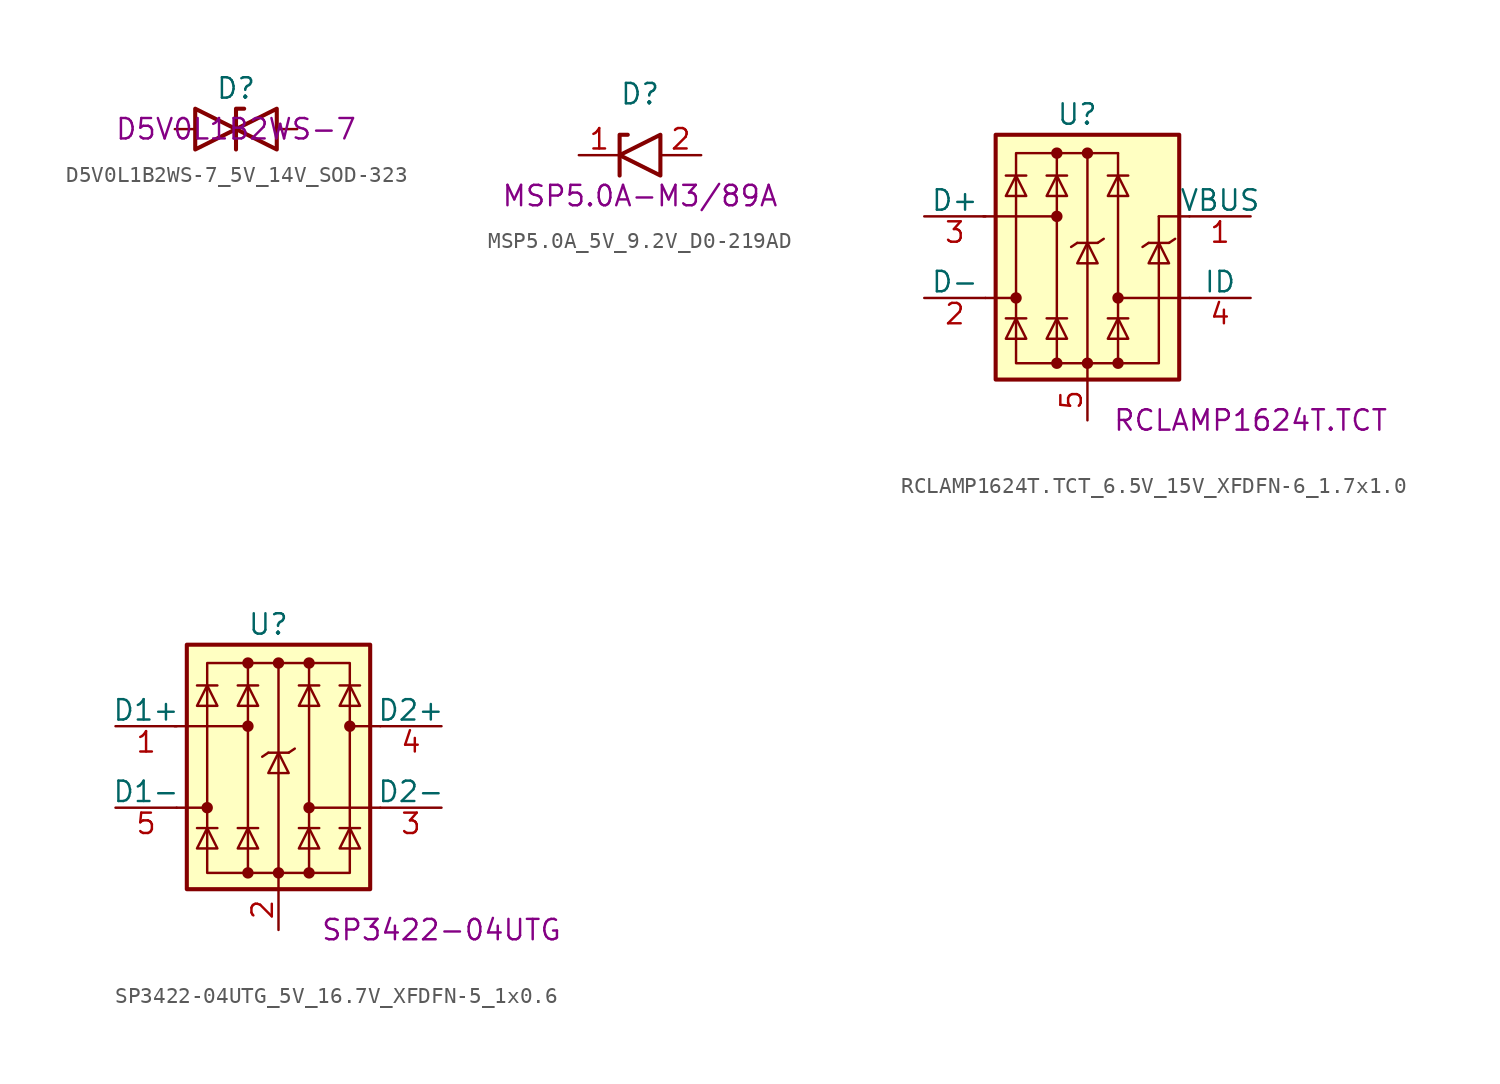
<source format=kicad_sym>
(kicad_symbol_lib
  (version 20211014)
  (generator kicad_symbol_editor)
  (symbol "D5V0L1B2WS-7_5V_14V_SOD-323"
    (pin_numbers hide)
    (pin_names
      (offset 1.016) hide)
    (property "Reference" "D"
      (at 0 2.54 0)
      (effects (font (size 1.27 1.27))))
    (property "Manufacturer Part Number" "D5V0L1B2WS-7"
      (at 0 0 0)
      (effects (font (size 1.27 1.27))))
    (symbol "D5V0L1B2WS-7_5V_14V_SOD-323_0_1"
      (polyline (pts (xy 0.508 1.27) (xy 0 1.27) (xy 0 -1.27) (xy 0 -1.27)) (stroke (width 0.254) (type default) (color 0 0 0 0)) (fill (type none)))
      (polyline (pts (xy -2.54 1.27) (xy -2.54 -1.27) (xy 2.54 1.27) (xy 2.54 -1.27) (xy -2.54 1.27)) (stroke (width 0.254) (type default) (color 0 0 0 0)) (fill (type none))))
    (symbol "D5V0L1B2WS-7_5V_14V_SOD-323_1_1"
      (pin passive line (at -3.81 0 0) (length 1.27) (name "A1" (effects (font (size 1.27 1.27)))) (number "1" (effects (font (size 1.27 1.27)))))
      (pin passive line (at 3.81 0 180) (length 1.27) (name "A2" (effects (font (size 1.27 1.27)))) (number "2" (effects (font (size 1.27 1.27)))))))
  (symbol "MSP5.0A_5V_9.2V_D0-219AD"
    (pin_names
      (offset 1.016) hide)
    (property "Reference" "D"
      (at 0 3.81 0)
      (effects (font (size 1.27 1.27))))
    (property "Manufacturer Part Number" "MSP5.0A-M3/89A"
      (at 0 -2.54 0)
      (effects (font (size 1.27 1.27))))
    (symbol "MSP5.0A_5V_9.2V_D0-219AD_1_1"
      (polyline (pts (xy -0.762 1.27) (xy -1.27 1.27) (xy -1.27 -1.27)) (stroke (width 0.254) (type default) (color 0 0 0 0)) (fill (type none)))
      (polyline (pts (xy 1.27 1.27) (xy 1.27 -1.27) (xy -1.27 0) (xy 1.27 1.27)) (stroke (width 0.254) (type default) (color 0 0 0 0)) (fill (type none)))
      (pin passive line (at -3.81 0 0) (length 2.54) (name "A1" (effects (font (size 1.27 1.27)))) (number "1" (effects (font (size 1.27 1.27)))))
      (pin passive line (at 3.81 0 180) (length 2.54) (name "A2" (effects (font (size 1.27 1.27)))) (number "2" (effects (font (size 1.27 1.27)))))))
  (symbol "RCLAMP1624T.TCT_6.5V_15V_XFDFN-6_1.7x1.0"
    (pin_names
      (offset 0))
    (property "Reference" "U"
      (at -0.635 8.89 0)
      (effects (font (size 1.27 1.27))))
    (property "Manufacturer Part Number" "RCLAMP1624T.TCT"
      (at 10.16 -10.16 0)
      (effects (font (size 1.27 1.27))))
    (symbol "RCLAMP1624T.TCT_6.5V_15V_XFDFN-6_1.7x1.0_0_0"
      (polyline (pts (xy -1.905 -6.604) (xy -1.905 6.477)) (stroke (width 0) (type default) (color 0 0 0 0)) (fill (type none)))
      (polyline (pts (xy 0 6.477) (xy 0 -6.604)) (stroke (width 0) (type default) (color 0 0 0 0)) (fill (type none)))
      (polyline (pts (xy 1.905 6.477) (xy 1.905 -6.604)) (stroke (width 0) (type default) (color 0 0 0 0)) (fill (type none))))
    (symbol "RCLAMP1624T.TCT_6.5V_15V_XFDFN-6_1.7x1.0_0_1"
      (rectangle (start -5.715 7.62) (end 5.715 -7.62) (stroke (width 0.254) (type default) (color 0 0 0 0)) (fill (type background)))
      (circle (center -4.445 -2.54) (radius 0.279) (stroke (width 0) (type default) (color 0 0 0 0)) (fill (type outline)))
      (circle (center -1.905 -6.604) (radius 0.279) (stroke (width 0) (type default) (color 0 0 0 0)) (fill (type outline)))
      (circle (center -1.905 2.54) (radius 0.279) (stroke (width 0) (type default) (color 0 0 0 0)) (fill (type outline)))
      (circle (center -1.905 6.477) (radius 0.279) (stroke (width 0) (type default) (color 0 0 0 0)) (fill (type outline)))
      (circle (center 0 -6.604) (radius 0.279) (stroke (width 0) (type default) (color 0 0 0 0)) (fill (type outline)))
      (polyline (pts (xy -6.477 2.54) (xy -1.905 2.54)) (stroke (width 0) (type default) (color 0 0 0 0)) (fill (type none)))
      (polyline (pts (xy -6.35 -2.54) (xy -4.445 -2.54)) (stroke (width 0) (type default) (color 0 0 0 0)) (fill (type none)))
      (polyline (pts (xy -3.81 -3.81) (xy -5.08 -3.81)) (stroke (width 0) (type default) (color 0 0 0 0)) (fill (type none)))
      (polyline (pts (xy -3.81 5.08) (xy -5.08 5.08)) (stroke (width 0) (type default) (color 0 0 0 0)) (fill (type none)))
      (polyline (pts (xy -1.27 -3.81) (xy -2.54 -3.81)) (stroke (width 0) (type default) (color 0 0 0 0)) (fill (type none)))
      (polyline (pts (xy -1.27 5.08) (xy -2.54 5.08)) (stroke (width 0) (type default) (color 0 0 0 0)) (fill (type none)))
      (polyline (pts (xy -0.635 0.889) (xy -1.016 0.635)) (stroke (width 0) (type default) (color 0 0 0 0)) (fill (type none)))
      (polyline (pts (xy 0 -6.604) (xy 0 -7.62)) (stroke (width 0) (type default) (color 0 0 0 0)) (fill (type none)))
      (polyline (pts (xy 0.635 0.889) (xy -0.635 0.889)) (stroke (width 0) (type default) (color 0 0 0 0)) (fill (type none)))
      (polyline (pts (xy 0.635 0.889) (xy 1.016 1.143)) (stroke (width 0) (type default) (color 0 0 0 0)) (fill (type none)))
      (polyline (pts (xy 2.54 -3.81) (xy 1.27 -3.81)) (stroke (width 0) (type default) (color 0 0 0 0)) (fill (type none)))
      (polyline (pts (xy 2.54 5.08) (xy 1.27 5.08)) (stroke (width 0) (type default) (color 0 0 0 0)) (fill (type none)))
      (polyline (pts (xy 3.81 0.889) (xy 3.429 0.635)) (stroke (width 0) (type default) (color 0 0 0 0)) (fill (type none)))
      (polyline (pts (xy 5.08 0.889) (xy 3.81 0.889)) (stroke (width 0) (type default) (color 0 0 0 0)) (fill (type none)))
      (polyline (pts (xy 5.08 0.889) (xy 5.461 1.143)) (stroke (width 0) (type default) (color 0 0 0 0)) (fill (type none)))
      (polyline (pts (xy 6.35 -2.54) (xy 1.905 -2.54)) (stroke (width 0) (type default) (color 0 0 0 0)) (fill (type none)))
      (polyline (pts (xy 6.35 2.54) (xy 4.445 2.54)) (stroke (width 0) (type default) (color 0 0 0 0)) (fill (type none)))
      (polyline (pts (xy -3.81 -5.08) (xy -5.08 -5.08) (xy -4.445 -3.81) (xy -3.81 -5.08)) (stroke (width 0) (type default) (color 0 0 0 0)) (fill (type none)))
      (polyline (pts (xy -3.81 3.81) (xy -5.08 3.81) (xy -4.445 5.08) (xy -3.81 3.81)) (stroke (width 0) (type default) (color 0 0 0 0)) (fill (type none)))
      (polyline (pts (xy -1.27 -5.08) (xy -2.54 -5.08) (xy -1.905 -3.81) (xy -1.27 -5.08)) (stroke (width 0) (type default) (color 0 0 0 0)) (fill (type none)))
      (polyline (pts (xy -1.27 3.81) (xy -2.54 3.81) (xy -1.905 5.08) (xy -1.27 3.81)) (stroke (width 0) (type default) (color 0 0 0 0)) (fill (type none)))
      (polyline (pts (xy 0.635 -0.381) (xy -0.635 -0.381) (xy 0 0.889) (xy 0.635 -0.381)) (stroke (width 0) (type default) (color 0 0 0 0)) (fill (type none)))
      (polyline (pts (xy 2.54 -5.08) (xy 1.27 -5.08) (xy 1.905 -3.81) (xy 2.54 -5.08)) (stroke (width 0) (type default) (color 0 0 0 0)) (fill (type none)))
      (polyline (pts (xy 2.54 3.81) (xy 1.27 3.81) (xy 1.905 5.08) (xy 2.54 3.81)) (stroke (width 0) (type default) (color 0 0 0 0)) (fill (type none)))
      (polyline (pts (xy 5.08 -0.381) (xy 3.81 -0.381) (xy 4.445 0.889) (xy 5.08 -0.381)) (stroke (width 0) (type default) (color 0 0 0 0)) (fill (type none)))
      (polyline (pts (xy 1.905 6.477) (xy -4.445 6.477) (xy -4.445 -6.604) (xy 4.445 -6.604) (xy 4.445 2.54)) (stroke (width 0.152) (type default) (color 0 0 0 0)) (fill (type none)))
      (circle (center 0 6.477) (radius 0.279) (stroke (width 0) (type default) (color 0 0 0 0)) (fill (type outline)))
      (circle (center 1.905 -6.604) (radius 0.279) (stroke (width 0) (type default) (color 0 0 0 0)) (fill (type outline)))
      (circle (center 1.905 -2.54) (radius 0.279) (stroke (width 0) (type default) (color 0 0 0 0)) (fill (type outline))))
    (symbol "RCLAMP1624T.TCT_6.5V_15V_XFDFN-6_1.7x1.0_1_1"
      (pin passive line (at 10.16 2.54 180) (length 3.81) (name "VBUS" (effects (font (size 1.27 1.27)))) (number "1" (effects (font (size 1.27 1.27)))))
      (pin passive line (at -10.16 -2.54 0) (length 3.81) (name "D-" (effects (font (size 1.27 1.27)))) (number "2" (effects (font (size 1.27 1.27)))))
      (pin passive line (at -10.16 2.54 0) (length 3.81) (name "D+" (effects (font (size 1.27 1.27)))) (number "3" (effects (font (size 1.27 1.27)))))
      (pin passive line (at 10.16 -2.54 180) (length 3.81) (name "ID" (effects (font (size 1.27 1.27)))) (number "4" (effects (font (size 1.27 1.27)))))
      (pin power_in line (at 0 -10.16 90) (length 2.54) (name "~" (effects (font (size 1.27 1.27)))) (number "5" (effects (font (size 1.27 1.27)))))
      (pin power_in line (at 0 -10.16 90) (length 2.54) hide (name "~" (effects (font (size 1.27 1.27)))) (number "6" (effects (font (size 1.27 1.27)))))))
  (symbol "SP3422-04UTG_5V_16.7V_XFDFN-5_1x0.6"
    (pin_names
      (offset 0))
    (property "Reference" "U"
      (at -0.635 8.89 0)
      (effects (font (size 1.27 1.27))))
    (property "Manufacturer Part Number" "SP3422-04UTG"
      (at 10.16 -10.16 0)
      (effects (font (size 1.27 1.27))))
    (symbol "SP3422-04UTG_5V_16.7V_XFDFN-5_1x0.6_0_0"
      (rectangle (start -4.445 6.477) (end 4.445 -6.604) (stroke (width 0) (type default) (color 0 0 0 0)) (fill (type none)))
      (polyline (pts (xy -1.905 -6.604) (xy -1.905 6.477)) (stroke (width 0) (type default) (color 0 0 0 0)) (fill (type none)))
      (polyline (pts (xy 0 6.477) (xy 0 -6.604)) (stroke (width 0) (type default) (color 0 0 0 0)) (fill (type none)))
      (polyline (pts (xy 1.905 6.477) (xy 1.905 -6.604)) (stroke (width 0) (type default) (color 0 0 0 0)) (fill (type none))))
    (symbol "SP3422-04UTG_5V_16.7V_XFDFN-5_1x0.6_0_1"
      (rectangle (start -5.715 7.62) (end 5.715 -7.62) (stroke (width 0.254) (type default) (color 0 0 0 0)) (fill (type background)))
      (circle (center -4.445 -2.54) (radius 0.279) (stroke (width 0) (type default) (color 0 0 0 0)) (fill (type outline)))
      (circle (center -1.905 -6.604) (radius 0.279) (stroke (width 0) (type default) (color 0 0 0 0)) (fill (type outline)))
      (circle (center -1.905 2.54) (radius 0.279) (stroke (width 0) (type default) (color 0 0 0 0)) (fill (type outline)))
      (circle (center -1.905 6.477) (radius 0.279) (stroke (width 0) (type default) (color 0 0 0 0)) (fill (type outline)))
      (circle (center 0 -6.604) (radius 0.279) (stroke (width 0) (type default) (color 0 0 0 0)) (fill (type outline)))
      (polyline (pts (xy -6.477 2.54) (xy -1.905 2.54)) (stroke (width 0) (type default) (color 0 0 0 0)) (fill (type none)))
      (polyline (pts (xy -6.35 -2.54) (xy -4.445 -2.54)) (stroke (width 0) (type default) (color 0 0 0 0)) (fill (type none)))
      (polyline (pts (xy -3.81 -3.81) (xy -5.08 -3.81)) (stroke (width 0) (type default) (color 0 0 0 0)) (fill (type none)))
      (polyline (pts (xy -3.81 5.08) (xy -5.08 5.08)) (stroke (width 0) (type default) (color 0 0 0 0)) (fill (type none)))
      (polyline (pts (xy -1.27 -3.81) (xy -2.54 -3.81)) (stroke (width 0) (type default) (color 0 0 0 0)) (fill (type none)))
      (polyline (pts (xy -1.27 5.08) (xy -2.54 5.08)) (stroke (width 0) (type default) (color 0 0 0 0)) (fill (type none)))
      (polyline (pts (xy -0.635 0.889) (xy -1.016 0.635)) (stroke (width 0) (type default) (color 0 0 0 0)) (fill (type none)))
      (polyline (pts (xy 0 -6.604) (xy 0 -7.62)) (stroke (width 0) (type default) (color 0 0 0 0)) (fill (type none)))
      (polyline (pts (xy 0.635 0.889) (xy -0.635 0.889)) (stroke (width 0) (type default) (color 0 0 0 0)) (fill (type none)))
      (polyline (pts (xy 0.635 0.889) (xy 1.016 1.143)) (stroke (width 0) (type default) (color 0 0 0 0)) (fill (type none)))
      (polyline (pts (xy 2.54 -3.81) (xy 1.27 -3.81)) (stroke (width 0) (type default) (color 0 0 0 0)) (fill (type none)))
      (polyline (pts (xy 2.54 5.08) (xy 1.27 5.08)) (stroke (width 0) (type default) (color 0 0 0 0)) (fill (type none)))
      (polyline (pts (xy 5.08 -3.81) (xy 3.81 -3.81)) (stroke (width 0) (type default) (color 0 0 0 0)) (fill (type none)))
      (polyline (pts (xy 5.08 5.08) (xy 3.81 5.08)) (stroke (width 0) (type default) (color 0 0 0 0)) (fill (type none)))
      (polyline (pts (xy 6.35 -2.54) (xy 1.905 -2.54)) (stroke (width 0) (type default) (color 0 0 0 0)) (fill (type none)))
      (polyline (pts (xy 6.35 2.54) (xy 4.445 2.54)) (stroke (width 0) (type default) (color 0 0 0 0)) (fill (type none)))
      (polyline (pts (xy -3.81 -5.08) (xy -5.08 -5.08) (xy -4.445 -3.81) (xy -3.81 -5.08)) (stroke (width 0) (type default) (color 0 0 0 0)) (fill (type none)))
      (polyline (pts (xy -3.81 3.81) (xy -5.08 3.81) (xy -4.445 5.08) (xy -3.81 3.81)) (stroke (width 0) (type default) (color 0 0 0 0)) (fill (type none)))
      (polyline (pts (xy -1.27 -5.08) (xy -2.54 -5.08) (xy -1.905 -3.81) (xy -1.27 -5.08)) (stroke (width 0) (type default) (color 0 0 0 0)) (fill (type none)))
      (polyline (pts (xy -1.27 3.81) (xy -2.54 3.81) (xy -1.905 5.08) (xy -1.27 3.81)) (stroke (width 0) (type default) (color 0 0 0 0)) (fill (type none)))
      (polyline (pts (xy 0.635 -0.381) (xy -0.635 -0.381) (xy 0 0.889) (xy 0.635 -0.381)) (stroke (width 0) (type default) (color 0 0 0 0)) (fill (type none)))
      (polyline (pts (xy 2.54 -5.08) (xy 1.27 -5.08) (xy 1.905 -3.81) (xy 2.54 -5.08)) (stroke (width 0) (type default) (color 0 0 0 0)) (fill (type none)))
      (polyline (pts (xy 2.54 3.81) (xy 1.27 3.81) (xy 1.905 5.08) (xy 2.54 3.81)) (stroke (width 0) (type default) (color 0 0 0 0)) (fill (type none)))
      (polyline (pts (xy 5.08 -5.08) (xy 3.81 -5.08) (xy 4.445 -3.81) (xy 5.08 -5.08)) (stroke (width 0) (type default) (color 0 0 0 0)) (fill (type none)))
      (polyline (pts (xy 5.08 3.81) (xy 3.81 3.81) (xy 4.445 5.08) (xy 5.08 3.81)) (stroke (width 0) (type default) (color 0 0 0 0)) (fill (type none)))
      (circle (center 0 6.477) (radius 0.279) (stroke (width 0) (type default) (color 0 0 0 0)) (fill (type outline)))
      (circle (center 1.905 -6.604) (radius 0.279) (stroke (width 0) (type default) (color 0 0 0 0)) (fill (type outline)))
      (circle (center 1.905 -2.54) (radius 0.279) (stroke (width 0) (type default) (color 0 0 0 0)) (fill (type outline)))
      (circle (center 1.905 6.477) (radius 0.279) (stroke (width 0) (type default) (color 0 0 0 0)) (fill (type outline)))
      (circle (center 4.445 2.54) (radius 0.279) (stroke (width 0) (type default) (color 0 0 0 0)) (fill (type outline))))
    (symbol "SP3422-04UTG_5V_16.7V_XFDFN-5_1x0.6_1_1"
      (pin passive line (at -10.16 2.54 0) (length 3.81) (name "D1+" (effects (font (size 1.27 1.27)))) (number "1" (effects (font (size 1.27 1.27)))))
      (pin power_in line (at 0 -10.16 90) (length 2.54) (name "~" (effects (font (size 1.27 1.27)))) (number "2" (effects (font (size 1.27 1.27)))))
      (pin passive line (at 10.16 -2.54 180) (length 3.81) (name "D2-" (effects (font (size 1.27 1.27)))) (number "3" (effects (font (size 1.27 1.27)))))
      (pin passive line (at 10.16 2.54 180) (length 3.81) (name "D2+" (effects (font (size 1.27 1.27)))) (number "4" (effects (font (size 1.27 1.27)))))
      (pin passive line (at -10.16 -2.54 0) (length 3.81) (name "D1-" (effects (font (size 1.27 1.27)))) (number "5" (effects (font (size 1.27 1.27))))))))
</source>
